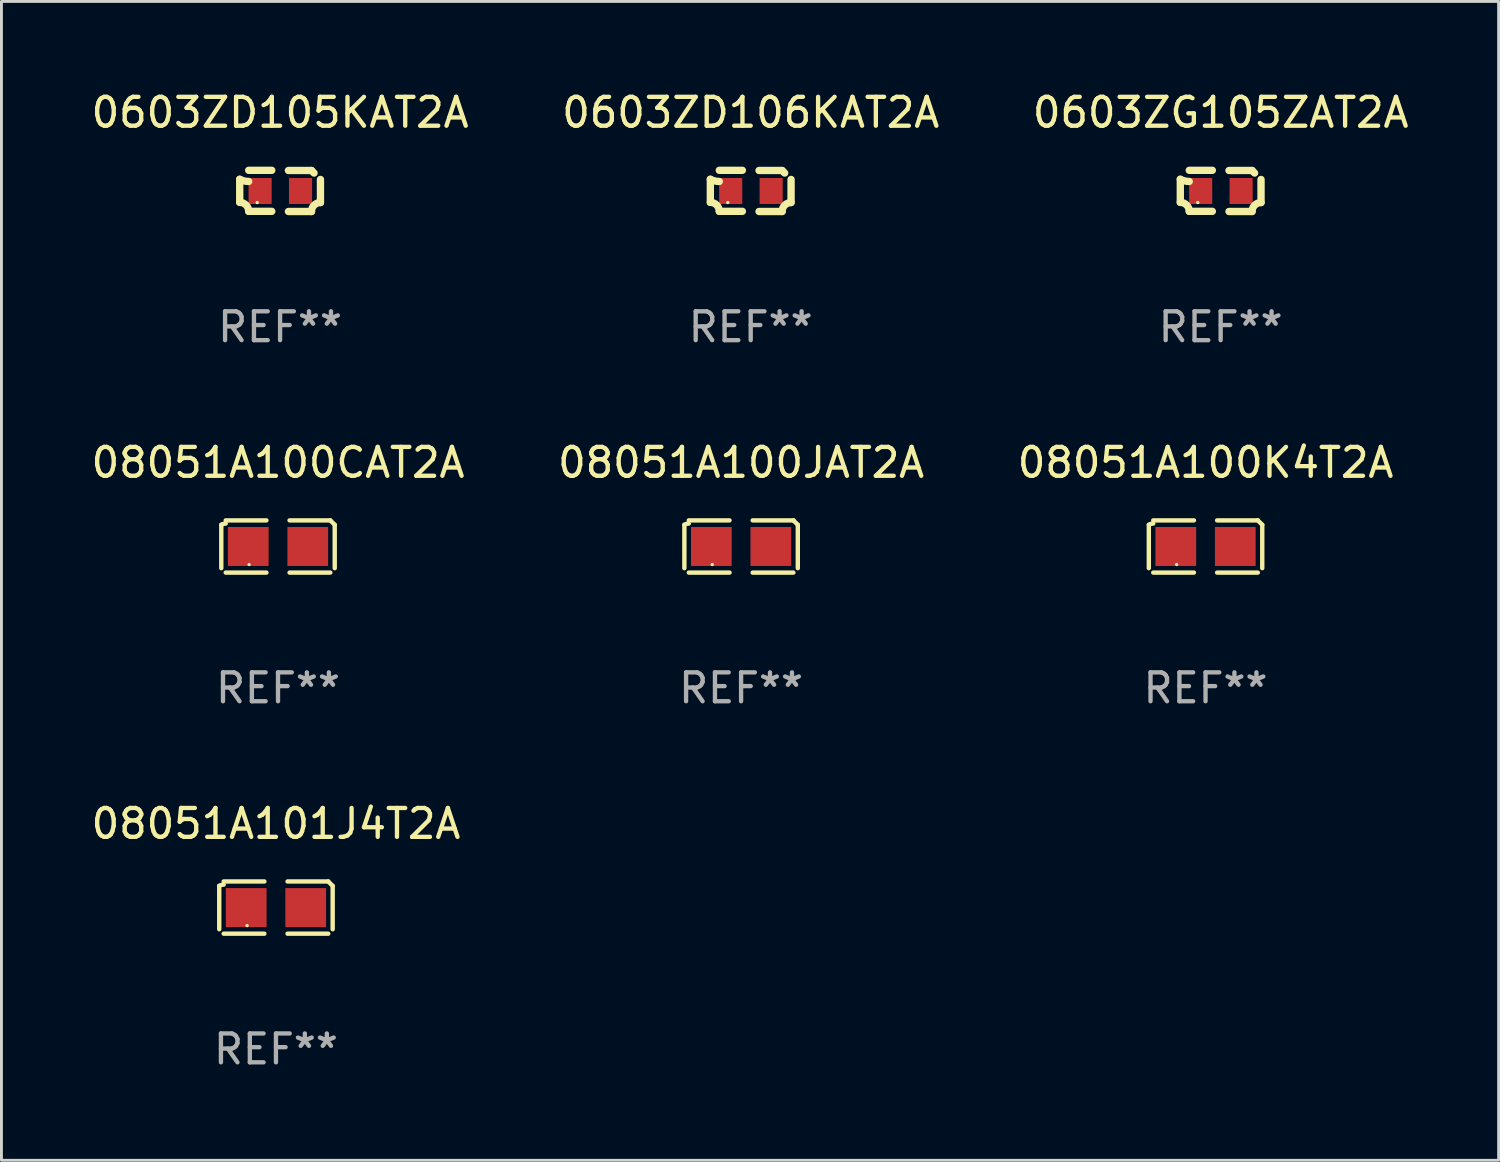
<source format=kicad_pcb>
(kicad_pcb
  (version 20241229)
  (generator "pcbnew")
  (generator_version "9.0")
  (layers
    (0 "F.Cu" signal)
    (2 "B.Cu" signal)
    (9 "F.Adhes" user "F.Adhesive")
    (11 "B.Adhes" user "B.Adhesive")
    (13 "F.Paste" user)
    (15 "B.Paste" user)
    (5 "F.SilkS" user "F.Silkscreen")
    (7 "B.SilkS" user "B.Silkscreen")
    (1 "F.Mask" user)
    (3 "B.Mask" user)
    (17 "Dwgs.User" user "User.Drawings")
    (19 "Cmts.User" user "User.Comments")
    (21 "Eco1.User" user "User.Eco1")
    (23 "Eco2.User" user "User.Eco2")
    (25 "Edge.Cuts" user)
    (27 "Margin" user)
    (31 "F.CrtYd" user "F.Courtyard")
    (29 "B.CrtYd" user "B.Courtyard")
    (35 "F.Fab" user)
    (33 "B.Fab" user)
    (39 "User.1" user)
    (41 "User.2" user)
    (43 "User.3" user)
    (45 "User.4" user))
  (footprint "08051A100CAT2A"
    (layer "F.Cu")
    (at 6.577 15.874)
    (property "Reference" "08051A100CAT2A" (at 0 -2.904 0) (layer "F.SilkS") (effects (font (size 1 1) (thickness 0.15))))
    (attr through_hole)
    (fp_line (start -1.964 0.751) (end -1.964 -0.751) (stroke (width 0.152) (type solid)) (layer "F.SilkS"))
    (fp_line (start -1.811 -0.904) (end -0.401 -0.904) (stroke (width 0.152) (type solid)) (layer "F.SilkS"))
    (fp_line (start -0.401 0.904) (end -1.811 0.904) (stroke (width 0.152) (type solid)) (layer "F.SilkS"))
    (fp_line (start 0.401 0.904) (end 1.811 0.904) (stroke (width 0.152) (type solid)) (layer "F.SilkS"))
    (fp_line (start 1.811 -0.904) (end 0.401 -0.904) (stroke (width 0.152) (type solid)) (layer "F.SilkS"))
    (fp_line (start 1.964 0.751) (end 1.964 -0.751) (stroke (width 0.152) (type solid)) (layer "F.SilkS"))
    (fp_arc (start -1.963602 -0.751207) (mid -1.890354 -0.783131) (end -1.811201 -0.794044) (stroke (width 0.1524) (type solid)) (layer "F.SilkS"))
    (fp_arc (start 1.811202 -0.903607) (mid 1.887413 -0.827418) (end 1.963602 -0.751207) (stroke (width 0.1524) (type solid)) (layer "F.SilkS"))
    (fp_circle (center -1 0.625) (end -0.97 0.625) (stroke (width 0.06) (type solid)) (fill no) (layer "F.SilkS"))
    (fp_text user "REF**" (at 0 4.904 0) (layer "F.Fab") (effects (font (size 1 1) (thickness 0.15))))
    (pad "1" smd rect (at -1.03 0) (size 1.41 1.35) (layers "F.Cu" "F.Mask" "F.Paste"))
    (pad "2" smd rect (at 1.03 0) (size 1.41 1.35) (layers "F.Cu" "F.Mask" "F.Paste")))
  (footprint "0603ZD105KAT2A"
    (layer "F.Cu")
    (at 6.649 3.561)
    (property "Reference" "0603ZD105KAT2A" (at 0 -2.713 0) (layer "F.SilkS") (effects (font (size 1 1) (thickness 0.15))))
    (attr through_hole)
    (fp_line (start -1.398 -0.403) (end -1.398 0.397) (stroke (width 0.254) (type solid)) (layer "F.SilkS"))
    (fp_line (start -0.288 -0.713) (end -1.088 -0.713) (stroke (width 0.254) (type solid)) (layer "F.SilkS"))
    (fp_line (start -0.288 0.707) (end -1.088 0.707) (stroke (width 0.254) (type solid)) (layer "F.SilkS"))
    (fp_line (start 0.288 -0.707) (end 1.088 -0.707) (stroke (width 0.254) (type solid)) (layer "F.SilkS"))
    (fp_line (start 0.288 0.713) (end 1.088 0.713) (stroke (width 0.254) (type solid)) (layer "F.SilkS"))
    (fp_line (start 1.398 -0.397) (end 1.398 0.403) (stroke (width 0.254) (type solid)) (layer "F.SilkS"))
    (fp_arc (start -1.397789 0.397066) (mid -1.178701 0.487826) (end -1.08796 0.706922) (stroke (width 0.254001) (type solid)) (layer "F.SilkS"))
    (fp_arc (start -1.08796 -0.327176) (mid -1.247436 -0.346384) (end -1.39779 -0.402908) (stroke (width 0.254001) (type solid)) (layer "F.SilkS"))
    (fp_arc (start 1.087909 0.712738) (mid 1.178656 0.493655) (end 1.397739 0.402908) (stroke (width 0.254001) (type solid)) (layer "F.SilkS"))
    (fp_arc (start 1.175925 -0.618926) (mid 1.131917 -0.662923) (end 1.08791 -0.706922) (stroke (width 0.254001) (type solid)) (layer "F.SilkS"))
    (fp_circle (center -0.792 0.403) (end -0.762 0.403) (stroke (width 0.06) (type solid)) (fill no) (layer "F.SilkS"))
    (fp_text user "REF**" (at 0 4.713 0) (layer "F.Fab") (effects (font (size 1 1) (thickness 0.15))))
    (pad "1" smd rect (at -0.692 0.003) (size 0.8 0.9) (layers "F.Cu" "F.Mask" "F.Paste"))
    (pad "2" smd rect (at 0.708 0.003) (size 0.8 0.9) (layers "F.Cu" "F.Mask" "F.Paste")))
  (footprint "08051A100K4T2A"
    (layer "F.Cu")
    (at 38.696 15.874)
    (property "Reference" "08051A100K4T2A" (at 0 -2.904 0) (layer "F.SilkS") (effects (font (size 1 1) (thickness 0.15))))
    (attr through_hole)
    (fp_line (start -1.964 0.751) (end -1.964 -0.751) (stroke (width 0.152) (type solid)) (layer "F.SilkS"))
    (fp_line (start -1.811 -0.904) (end -0.401 -0.904) (stroke (width 0.152) (type solid)) (layer "F.SilkS"))
    (fp_line (start -0.401 0.904) (end -1.811 0.904) (stroke (width 0.152) (type solid)) (layer "F.SilkS"))
    (fp_line (start 0.401 0.904) (end 1.811 0.904) (stroke (width 0.152) (type solid)) (layer "F.SilkS"))
    (fp_line (start 1.811 -0.904) (end 0.401 -0.904) (stroke (width 0.152) (type solid)) (layer "F.SilkS"))
    (fp_line (start 1.964 0.751) (end 1.964 -0.751) (stroke (width 0.152) (type solid)) (layer "F.SilkS"))
    (fp_arc (start -1.963602 -0.751207) (mid -1.890354 -0.783131) (end -1.811201 -0.794044) (stroke (width 0.1524) (type solid)) (layer "F.SilkS"))
    (fp_arc (start 1.811202 -0.903607) (mid 1.887413 -0.827418) (end 1.963602 -0.751207) (stroke (width 0.1524) (type solid)) (layer "F.SilkS"))
    (fp_circle (center -1 0.625) (end -0.97 0.625) (stroke (width 0.06) (type solid)) (fill no) (layer "F.SilkS"))
    (fp_text user "REF**" (at 0 4.904 0) (layer "F.Fab") (effects (font (size 1 1) (thickness 0.15))))
    (pad "1" smd rect (at -1.03 0) (size 1.41 1.35) (layers "F.Cu" "F.Mask" "F.Paste"))
    (pad "2" smd rect (at 1.03 0) (size 1.41 1.35) (layers "F.Cu" "F.Mask" "F.Paste")))
  (footprint "08051A101J4T2A"
    (layer "F.Cu")
    (at 6.506 28.378)
    (property "Reference" "08051A101J4T2A" (at 0 -2.904 0) (layer "F.SilkS") (effects (font (size 1 1) (thickness 0.15))))
    (attr through_hole)
    (fp_line (start -1.964 0.751) (end -1.964 -0.751) (stroke (width 0.152) (type solid)) (layer "F.SilkS"))
    (fp_line (start -1.811 -0.904) (end -0.401 -0.904) (stroke (width 0.152) (type solid)) (layer "F.SilkS"))
    (fp_line (start -0.401 0.904) (end -1.811 0.904) (stroke (width 0.152) (type solid)) (layer "F.SilkS"))
    (fp_line (start 0.401 0.904) (end 1.811 0.904) (stroke (width 0.152) (type solid)) (layer "F.SilkS"))
    (fp_line (start 1.811 -0.904) (end 0.401 -0.904) (stroke (width 0.152) (type solid)) (layer "F.SilkS"))
    (fp_line (start 1.964 0.751) (end 1.964 -0.751) (stroke (width 0.152) (type solid)) (layer "F.SilkS"))
    (fp_arc (start -1.963602 -0.751207) (mid -1.890354 -0.783131) (end -1.811201 -0.794044) (stroke (width 0.1524) (type solid)) (layer "F.SilkS"))
    (fp_arc (start 1.811202 -0.903607) (mid 1.887413 -0.827418) (end 1.963602 -0.751207) (stroke (width 0.1524) (type solid)) (layer "F.SilkS"))
    (fp_circle (center -1 0.625) (end -0.97 0.625) (stroke (width 0.06) (type solid)) (fill no) (layer "F.SilkS"))
    (fp_text user "REF**" (at 0 4.904 0) (layer "F.Fab") (effects (font (size 1 1) (thickness 0.15))))
    (pad "1" smd rect (at -1.03 0) (size 1.41 1.35) (layers "F.Cu" "F.Mask" "F.Paste"))
    (pad "2" smd rect (at 1.03 0) (size 1.41 1.35) (layers "F.Cu" "F.Mask" "F.Paste")))
  (footprint "0603ZG105ZAT2A"
    (layer "F.Cu")
    (at 39.22 3.561)
    (property "Reference" "0603ZG105ZAT2A" (at 0 -2.713 0) (layer "F.SilkS") (effects (font (size 1 1) (thickness 0.15))))
    (attr through_hole)
    (fp_line (start -1.398 -0.403) (end -1.398 0.397) (stroke (width 0.254) (type solid)) (layer "F.SilkS"))
    (fp_line (start -0.288 -0.713) (end -1.088 -0.713) (stroke (width 0.254) (type solid)) (layer "F.SilkS"))
    (fp_line (start -0.288 0.707) (end -1.088 0.707) (stroke (width 0.254) (type solid)) (layer "F.SilkS"))
    (fp_line (start 0.288 -0.707) (end 1.088 -0.707) (stroke (width 0.254) (type solid)) (layer "F.SilkS"))
    (fp_line (start 0.288 0.713) (end 1.088 0.713) (stroke (width 0.254) (type solid)) (layer "F.SilkS"))
    (fp_line (start 1.398 -0.397) (end 1.398 0.403) (stroke (width 0.254) (type solid)) (layer "F.SilkS"))
    (fp_arc (start -1.397789 0.397066) (mid -1.178701 0.487826) (end -1.08796 0.706922) (stroke (width 0.254001) (type solid)) (layer "F.SilkS"))
    (fp_arc (start -1.08796 -0.327176) (mid -1.247436 -0.346384) (end -1.39779 -0.402908) (stroke (width 0.254001) (type solid)) (layer "F.SilkS"))
    (fp_arc (start 1.087909 0.712738) (mid 1.178656 0.493655) (end 1.397739 0.402908) (stroke (width 0.254001) (type solid)) (layer "F.SilkS"))
    (fp_arc (start 1.175925 -0.618926) (mid 1.131917 -0.662923) (end 1.08791 -0.706922) (stroke (width 0.254001) (type solid)) (layer "F.SilkS"))
    (fp_circle (center -0.792 0.403) (end -0.762 0.403) (stroke (width 0.06) (type solid)) (fill no) (layer "F.SilkS"))
    (fp_text user "REF**" (at 0 4.713 0) (layer "F.Fab") (effects (font (size 1 1) (thickness 0.15))))
    (pad "1" smd rect (at -0.692 0.003) (size 0.8 0.9) (layers "F.Cu" "F.Mask" "F.Paste"))
    (pad "2" smd rect (at 0.708 0.003) (size 0.8 0.9) (layers "F.Cu" "F.Mask" "F.Paste")))
  (footprint "0603ZD106KAT2A"
    (layer "F.Cu")
    (at 22.946 3.561)
    (property "Reference" "0603ZD106KAT2A" (at 0 -2.713 0) (layer "F.SilkS") (effects (font (size 1 1) (thickness 0.15))))
    (attr through_hole)
    (fp_line (start -1.398 -0.403) (end -1.398 0.397) (stroke (width 0.254) (type solid)) (layer "F.SilkS"))
    (fp_line (start -0.288 -0.713) (end -1.088 -0.713) (stroke (width 0.254) (type solid)) (layer "F.SilkS"))
    (fp_line (start -0.288 0.707) (end -1.088 0.707) (stroke (width 0.254) (type solid)) (layer "F.SilkS"))
    (fp_line (start 0.288 -0.707) (end 1.088 -0.707) (stroke (width 0.254) (type solid)) (layer "F.SilkS"))
    (fp_line (start 0.288 0.713) (end 1.088 0.713) (stroke (width 0.254) (type solid)) (layer "F.SilkS"))
    (fp_line (start 1.398 -0.397) (end 1.398 0.403) (stroke (width 0.254) (type solid)) (layer "F.SilkS"))
    (fp_arc (start -1.397789 0.397066) (mid -1.178701 0.487826) (end -1.08796 0.706922) (stroke (width 0.254001) (type solid)) (layer "F.SilkS"))
    (fp_arc (start -1.08796 -0.327176) (mid -1.247436 -0.346384) (end -1.39779 -0.402908) (stroke (width 0.254001) (type solid)) (layer "F.SilkS"))
    (fp_arc (start 1.087909 0.712738) (mid 1.178656 0.493655) (end 1.397739 0.402908) (stroke (width 0.254001) (type solid)) (layer "F.SilkS"))
    (fp_arc (start 1.175925 -0.618926) (mid 1.131917 -0.662923) (end 1.08791 -0.706922) (stroke (width 0.254001) (type solid)) (layer "F.SilkS"))
    (fp_circle (center -0.792 0.403) (end -0.762 0.403) (stroke (width 0.06) (type solid)) (fill no) (layer "F.SilkS"))
    (fp_text user "REF**" (at 0 4.713 0) (layer "F.Fab") (effects (font (size 1 1) (thickness 0.15))))
    (pad "1" smd rect (at -0.692 0.003) (size 0.8 0.9) (layers "F.Cu" "F.Mask" "F.Paste"))
    (pad "2" smd rect (at 0.708 0.003) (size 0.8 0.9) (layers "F.Cu" "F.Mask" "F.Paste")))
  (footprint "08051A100JAT2A"
    (layer "F.Cu")
    (at 22.613 15.874)
    (property "Reference" "08051A100JAT2A" (at 0 -2.904 0) (layer "F.SilkS") (effects (font (size 1 1) (thickness 0.15))))
    (attr through_hole)
    (fp_line (start -1.964 0.751) (end -1.964 -0.751) (stroke (width 0.152) (type solid)) (layer "F.SilkS"))
    (fp_line (start -1.811 -0.904) (end -0.401 -0.904) (stroke (width 0.152) (type solid)) (layer "F.SilkS"))
    (fp_line (start -0.401 0.904) (end -1.811 0.904) (stroke (width 0.152) (type solid)) (layer "F.SilkS"))
    (fp_line (start 0.401 0.904) (end 1.811 0.904) (stroke (width 0.152) (type solid)) (layer "F.SilkS"))
    (fp_line (start 1.811 -0.904) (end 0.401 -0.904) (stroke (width 0.152) (type solid)) (layer "F.SilkS"))
    (fp_line (start 1.964 0.751) (end 1.964 -0.751) (stroke (width 0.152) (type solid)) (layer "F.SilkS"))
    (fp_arc (start -1.963602 -0.751207) (mid -1.890354 -0.783131) (end -1.811201 -0.794044) (stroke (width 0.1524) (type solid)) (layer "F.SilkS"))
    (fp_arc (start 1.811202 -0.903607) (mid 1.887413 -0.827418) (end 1.963602 -0.751207) (stroke (width 0.1524) (type solid)) (layer "F.SilkS"))
    (fp_circle (center -1 0.625) (end -0.97 0.625) (stroke (width 0.06) (type solid)) (fill no) (layer "F.SilkS"))
    (fp_text user "REF**" (at 0 4.904 0) (layer "F.Fab") (effects (font (size 1 1) (thickness 0.15))))
    (pad "1" smd rect (at -1.03 0) (size 1.41 1.35) (layers "F.Cu" "F.Mask" "F.Paste"))
    (pad "2" smd rect (at 1.03 0) (size 1.41 1.35) (layers "F.Cu" "F.Mask" "F.Paste")))
  (gr_rect
    (start -3 -3)
    (end 48.845 37.129)
    (stroke (width 0.1) (type default))
    (fill no)
    (layer "Edge.Cuts")))
</source>
